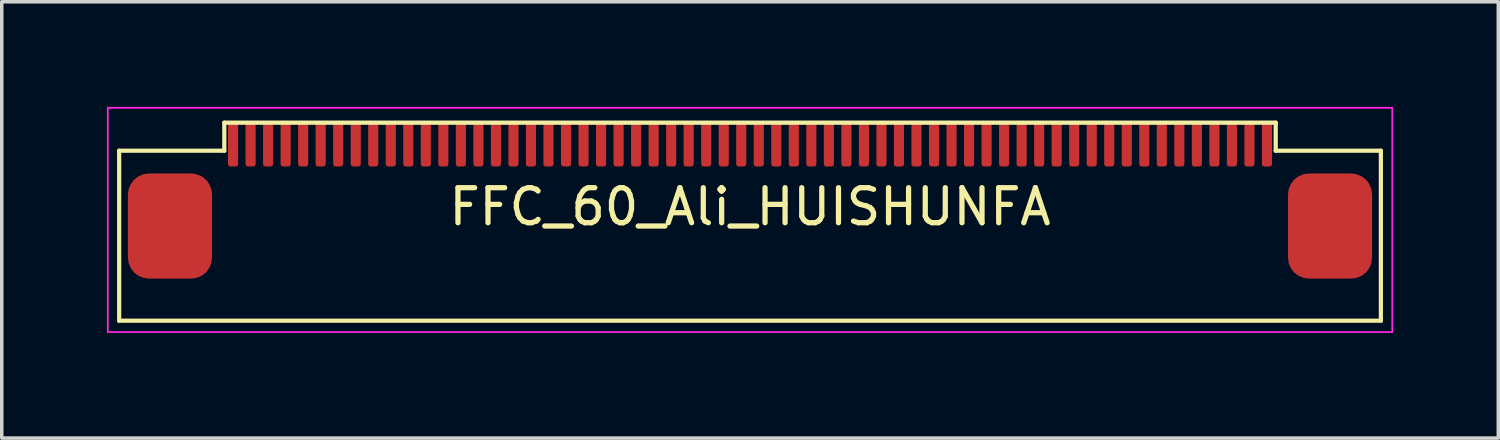
<source format=kicad_pcb>
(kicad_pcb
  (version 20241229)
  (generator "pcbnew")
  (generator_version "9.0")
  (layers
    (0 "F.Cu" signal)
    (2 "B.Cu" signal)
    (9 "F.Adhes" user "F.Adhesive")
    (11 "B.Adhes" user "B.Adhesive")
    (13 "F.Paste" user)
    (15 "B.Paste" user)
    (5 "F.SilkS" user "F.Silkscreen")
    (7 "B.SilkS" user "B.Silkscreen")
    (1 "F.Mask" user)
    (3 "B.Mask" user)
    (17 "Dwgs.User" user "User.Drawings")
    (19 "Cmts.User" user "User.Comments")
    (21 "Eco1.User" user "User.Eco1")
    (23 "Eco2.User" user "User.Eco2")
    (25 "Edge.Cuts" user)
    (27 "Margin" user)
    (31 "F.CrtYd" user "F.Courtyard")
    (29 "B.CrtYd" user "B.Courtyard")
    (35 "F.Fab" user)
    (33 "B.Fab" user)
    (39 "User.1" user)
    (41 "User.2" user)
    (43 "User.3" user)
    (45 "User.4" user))
  (footprint "FFC_60_Ali_HUISHUNFA"
    (layer "F.Cu")
    (at 3.6 1.075)
    (property "Reference" "FFC_60_Ali_HUISHUNFA" (at 14.75 1.775 0) (layer "F.SilkS") (effects (font (size 1 1) (thickness 0.15))))
    (attr smd)
    (fp_line (start -3.25 0.175) (end -0.25 0.175) (stroke (width 0.12) (type solid)) (layer "F.SilkS"))
    (fp_line (start -3.25 5.025) (end -3.25 0.175) (stroke (width 0.12) (type solid)) (layer "F.SilkS"))
    (fp_line (start -3.25 5.025) (end 32.75 5.025) (stroke (width 0.12) (type solid)) (layer "F.SilkS"))
    (fp_line (start -0.25 -0.625) (end 29.75 -0.625) (stroke (width 0.12) (type solid)) (layer "F.SilkS"))
    (fp_line (start -0.25 0.175) (end -0.25 -0.625) (stroke (width 0.12) (type solid)) (layer "F.SilkS"))
    (fp_line (start 29.75 0.175) (end 29.75 -0.625) (stroke (width 0.12) (type solid)) (layer "F.SilkS"))
    (fp_line (start 32.75 0.175) (end 29.75 0.175) (stroke (width 0.12) (type solid)) (layer "F.SilkS"))
    (fp_line (start 32.75 5.025) (end 32.75 0.175) (stroke (width 0.12) (type solid)) (layer "F.SilkS"))
    (fp_line (start -3.575 -1.05) (end -3.575 5.35) (stroke (width 0.05) (type solid)) (layer "F.CrtYd"))
    (fp_line (start -3.575 -1.05) (end 33.075 -1.05) (stroke (width 0.05) (type solid)) (layer "F.CrtYd"))
    (fp_line (start -3.575 5.35) (end 33.075 5.35) (stroke (width 0.05) (type solid)) (layer "F.CrtYd"))
    (fp_line (start 33.075 -1.05) (end 33.075 5.35) (stroke (width 0.05) (type solid)) (layer "F.CrtYd"))
    (pad "1" smd roundrect (at 0 0) (size 0.289 1.25) (layers "F.Cu" "F.Mask" "F.Paste") (roundrect_rratio 0.25))
    (pad "2" smd roundrect (at 0.5 0) (size 0.289 1.25) (layers "F.Cu" "F.Mask" "F.Paste") (roundrect_rratio 0.25))
    (pad "3" smd roundrect (at 1 0) (size 0.289 1.25) (layers "F.Cu" "F.Mask" "F.Paste") (roundrect_rratio 0.25))
    (pad "4" smd roundrect (at 1.5 0) (size 0.289 1.25) (layers "F.Cu" "F.Mask" "F.Paste") (roundrect_rratio 0.25))
    (pad "5" smd roundrect (at 2 0) (size 0.289 1.25) (layers "F.Cu" "F.Mask" "F.Paste") (roundrect_rratio 0.25))
    (pad "6" smd roundrect (at 2.5 0) (size 0.289 1.25) (layers "F.Cu" "F.Mask" "F.Paste") (roundrect_rratio 0.25))
    (pad "7" smd roundrect (at 3 0) (size 0.289 1.25) (layers "F.Cu" "F.Mask" "F.Paste") (roundrect_rratio 0.25))
    (pad "8" smd roundrect (at 3.5 0) (size 0.289 1.25) (layers "F.Cu" "F.Mask" "F.Paste") (roundrect_rratio 0.25))
    (pad "9" smd roundrect (at 4 0) (size 0.289 1.25) (layers "F.Cu" "F.Mask" "F.Paste") (roundrect_rratio 0.25))
    (pad "10" smd roundrect (at 4.5 0) (size 0.289 1.25) (layers "F.Cu" "F.Mask" "F.Paste") (roundrect_rratio 0.25))
    (pad "11" smd roundrect (at 5 0) (size 0.289 1.25) (layers "F.Cu" "F.Mask" "F.Paste") (roundrect_rratio 0.25))
    (pad "12" smd roundrect (at 5.5 0) (size 0.289 1.25) (layers "F.Cu" "F.Mask" "F.Paste") (roundrect_rratio 0.25))
    (pad "13" smd roundrect (at 6 0) (size 0.289 1.25) (layers "F.Cu" "F.Mask" "F.Paste") (roundrect_rratio 0.25))
    (pad "14" smd roundrect (at 6.5 0) (size 0.289 1.25) (layers "F.Cu" "F.Mask" "F.Paste") (roundrect_rratio 0.25))
    (pad "15" smd roundrect (at 7 0) (size 0.289 1.25) (layers "F.Cu" "F.Mask" "F.Paste") (roundrect_rratio 0.25))
    (pad "16" smd roundrect (at 7.5 0) (size 0.289 1.25) (layers "F.Cu" "F.Mask" "F.Paste") (roundrect_rratio 0.25))
    (pad "17" smd roundrect (at 8 0) (size 0.289 1.25) (layers "F.Cu" "F.Mask" "F.Paste") (roundrect_rratio 0.25))
    (pad "18" smd roundrect (at 8.5 0) (size 0.289 1.25) (layers "F.Cu" "F.Mask" "F.Paste") (roundrect_rratio 0.25))
    (pad "19" smd roundrect (at 9 0) (size 0.289 1.25) (layers "F.Cu" "F.Mask" "F.Paste") (roundrect_rratio 0.25))
    (pad "20" smd roundrect (at 9.5 0) (size 0.289 1.25) (layers "F.Cu" "F.Mask" "F.Paste") (roundrect_rratio 0.25))
    (pad "21" smd roundrect (at 10 0) (size 0.289 1.25) (layers "F.Cu" "F.Mask" "F.Paste") (roundrect_rratio 0.25))
    (pad "22" smd roundrect (at 10.5 0) (size 0.289 1.25) (layers "F.Cu" "F.Mask" "F.Paste") (roundrect_rratio 0.25))
    (pad "23" smd roundrect (at 11 0) (size 0.289 1.25) (layers "F.Cu" "F.Mask" "F.Paste") (roundrect_rratio 0.25))
    (pad "24" smd roundrect (at 11.5 0) (size 0.289 1.25) (layers "F.Cu" "F.Mask" "F.Paste") (roundrect_rratio 0.25))
    (pad "25" smd roundrect (at 12 0) (size 0.289 1.25) (layers "F.Cu" "F.Mask" "F.Paste") (roundrect_rratio 0.25))
    (pad "26" smd roundrect (at 12.5 0) (size 0.289 1.25) (layers "F.Cu" "F.Mask" "F.Paste") (roundrect_rratio 0.25))
    (pad "27" smd roundrect (at 13 0) (size 0.289 1.25) (layers "F.Cu" "F.Mask" "F.Paste") (roundrect_rratio 0.25))
    (pad "28" smd roundrect (at 13.5 0) (size 0.289 1.25) (layers "F.Cu" "F.Mask" "F.Paste") (roundrect_rratio 0.25))
    (pad "29" smd roundrect (at 14 0) (size 0.289 1.25) (layers "F.Cu" "F.Mask" "F.Paste") (roundrect_rratio 0.25))
    (pad "30" smd roundrect (at 14.5 0) (size 0.289 1.25) (layers "F.Cu" "F.Mask" "F.Paste") (roundrect_rratio 0.25))
    (pad "31" smd roundrect (at 15 0) (size 0.289 1.25) (layers "F.Cu" "F.Mask" "F.Paste") (roundrect_rratio 0.25))
    (pad "32" smd roundrect (at 15.5 0) (size 0.289 1.25) (layers "F.Cu" "F.Mask" "F.Paste") (roundrect_rratio 0.25))
    (pad "33" smd roundrect (at 16 0) (size 0.289 1.25) (layers "F.Cu" "F.Mask" "F.Paste") (roundrect_rratio 0.25))
    (pad "34" smd roundrect (at 16.5 0) (size 0.289 1.25) (layers "F.Cu" "F.Mask" "F.Paste") (roundrect_rratio 0.25))
    (pad "35" smd roundrect (at 17 0) (size 0.289 1.25) (layers "F.Cu" "F.Mask" "F.Paste") (roundrect_rratio 0.25))
    (pad "36" smd roundrect (at 17.5 0) (size 0.289 1.25) (layers "F.Cu" "F.Mask" "F.Paste") (roundrect_rratio 0.25))
    (pad "37" smd roundrect (at 18 0) (size 0.289 1.25) (layers "F.Cu" "F.Mask" "F.Paste") (roundrect_rratio 0.25))
    (pad "38" smd roundrect (at 18.5 0) (size 0.289 1.25) (layers "F.Cu" "F.Mask" "F.Paste") (roundrect_rratio 0.25))
    (pad "39" smd roundrect (at 19 0) (size 0.289 1.25) (layers "F.Cu" "F.Mask" "F.Paste") (roundrect_rratio 0.25))
    (pad "40" smd roundrect (at 19.5 0) (size 0.289 1.25) (layers "F.Cu" "F.Mask" "F.Paste") (roundrect_rratio 0.25))
    (pad "41" smd roundrect (at 20 0) (size 0.289 1.25) (layers "F.Cu" "F.Mask" "F.Paste") (roundrect_rratio 0.25))
    (pad "42" smd roundrect (at 20.5 0) (size 0.289 1.25) (layers "F.Cu" "F.Mask" "F.Paste") (roundrect_rratio 0.25))
    (pad "43" smd roundrect (at 21 0) (size 0.289 1.25) (layers "F.Cu" "F.Mask" "F.Paste") (roundrect_rratio 0.25))
    (pad "44" smd roundrect (at 21.5 0) (size 0.289 1.25) (layers "F.Cu" "F.Mask" "F.Paste") (roundrect_rratio 0.25))
    (pad "45" smd roundrect (at 22 0) (size 0.289 1.25) (layers "F.Cu" "F.Mask" "F.Paste") (roundrect_rratio 0.25))
    (pad "46" smd roundrect (at 22.5 0) (size 0.289 1.25) (layers "F.Cu" "F.Mask" "F.Paste") (roundrect_rratio 0.25))
    (pad "47" smd roundrect (at 23 0) (size 0.289 1.25) (layers "F.Cu" "F.Mask" "F.Paste") (roundrect_rratio 0.25))
    (pad "48" smd roundrect (at 23.5 0) (size 0.289 1.25) (layers "F.Cu" "F.Mask" "F.Paste") (roundrect_rratio 0.25))
    (pad "49" smd roundrect (at 24 0) (size 0.289 1.25) (layers "F.Cu" "F.Mask" "F.Paste") (roundrect_rratio 0.25))
    (pad "50" smd roundrect (at 24.5 0) (size 0.289 1.25) (layers "F.Cu" "F.Mask" "F.Paste") (roundrect_rratio 0.25))
    (pad "51" smd roundrect (at 25 0) (size 0.289 1.25) (layers "F.Cu" "F.Mask" "F.Paste") (roundrect_rratio 0.25))
    (pad "52" smd roundrect (at 25.5 0) (size 0.289 1.25) (layers "F.Cu" "F.Mask" "F.Paste") (roundrect_rratio 0.25))
    (pad "53" smd roundrect (at 26 0) (size 0.289 1.25) (layers "F.Cu" "F.Mask" "F.Paste") (roundrect_rratio 0.25))
    (pad "54" smd roundrect (at 26.5 0) (size 0.289 1.25) (layers "F.Cu" "F.Mask" "F.Paste") (roundrect_rratio 0.25))
    (pad "55" smd roundrect (at 27 0) (size 0.289 1.25) (layers "F.Cu" "F.Mask" "F.Paste") (roundrect_rratio 0.25))
    (pad "56" smd roundrect (at 27.5 0) (size 0.289 1.25) (layers "F.Cu" "F.Mask" "F.Paste") (roundrect_rratio 0.25))
    (pad "57" smd roundrect (at 28 0) (size 0.289 1.25) (layers "F.Cu" "F.Mask" "F.Paste") (roundrect_rratio 0.25))
    (pad "58" smd roundrect (at 28.5 0) (size 0.289 1.25) (layers "F.Cu" "F.Mask" "F.Paste") (roundrect_rratio 0.25))
    (pad "59" smd roundrect (at 29 0) (size 0.289 1.25) (layers "F.Cu" "F.Mask" "F.Paste") (roundrect_rratio 0.25))
    (pad "60" smd roundrect (at 29.5 0) (size 0.289 1.25) (layers "F.Cu" "F.Mask" "F.Paste") (roundrect_rratio 0.25))
    (pad "G1" smd roundrect (at -1.8 2.325) (size 2.4 3) (layers "F.Cu" "F.Mask" "F.Paste") (roundrect_rratio 0.25))
    (pad "G2" smd roundrect (at 31.3 2.325) (size 2.4 3) (layers "F.Cu" "F.Mask" "F.Paste") (roundrect_rratio 0.25)))
  (gr_rect
    (start -3 -3)
    (end 39.7 9.45)
    (stroke (width 0.1) (type default))
    (fill no)
    (layer "Edge.Cuts")))
</source>
